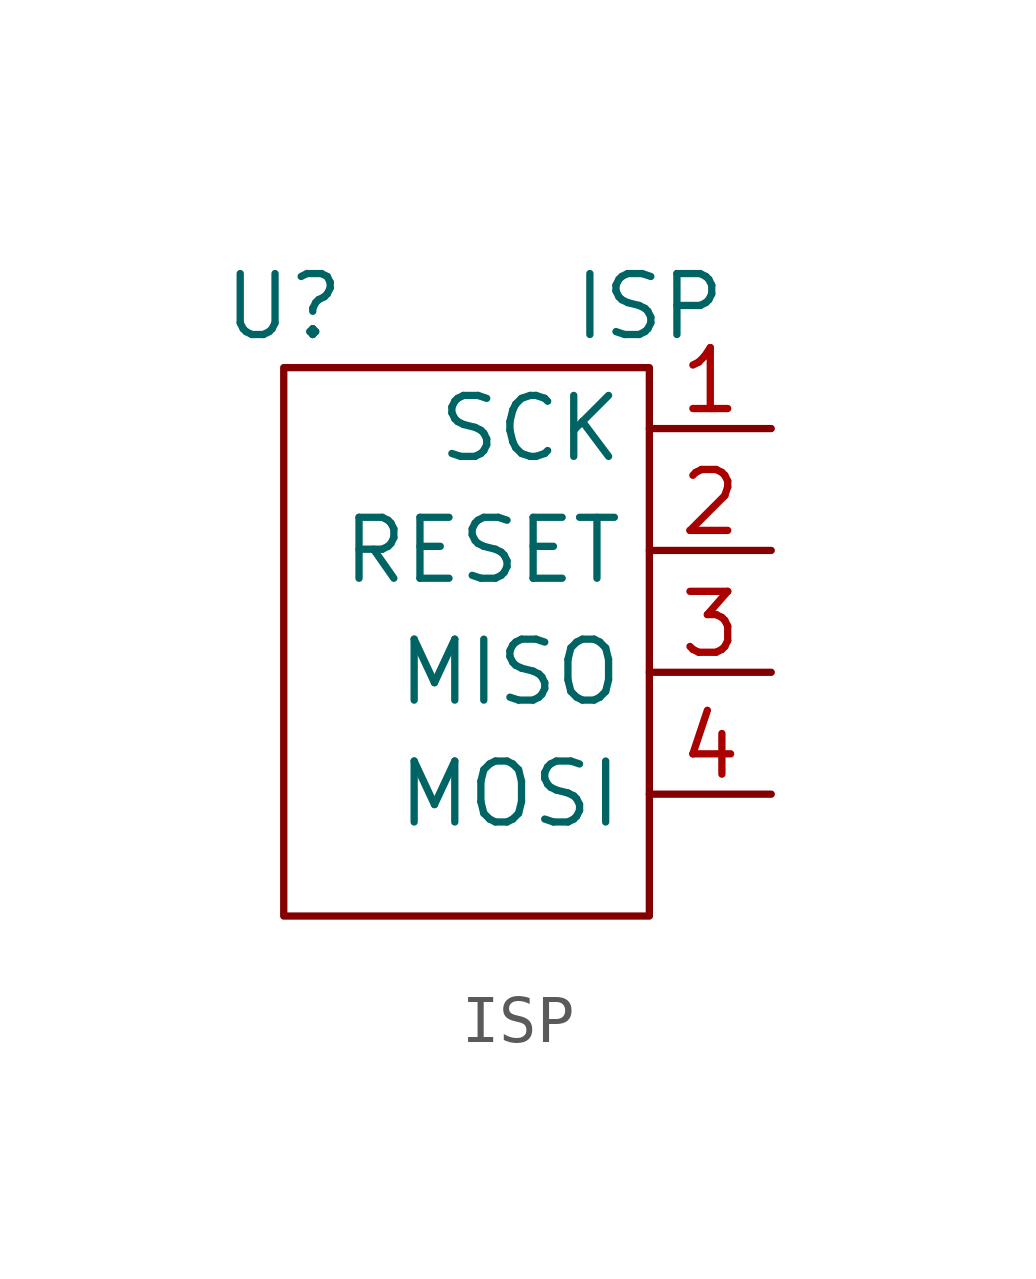
<source format=kicad_sym>
(kicad_symbol_lib
  (version 20211014)
  (generator kicad_symbol_editor)
  (symbol "ISP"
    (property "Reference" "U"
      (at -2.54 0 0)
      (effects (font (size 1.27 1.27))))
    (property "Value" "ISP"
      (at 5.08 0 0)
      (effects (font (size 1.27 1.27))))
    (symbol "ISP_0_1"
      (rectangle (start -2.54 -12.7) (end 5.08 -1.27) (stroke (width 0) (type default) (color 0 0 0 0)) (fill (type none))))
    (symbol "ISP_1_1"
      (pin input line (at 7.62 -2.54 180) (length 2.54) (name "SCK" (effects (font (size 1.27 1.27)))) (number "1" (effects (font (size 1.27 1.27)))))
      (pin input line (at 7.62 -5.08 180) (length 2.54) (name "RESET" (effects (font (size 1.27 1.27)))) (number "2" (effects (font (size 1.27 1.27)))))
      (pin input line (at 7.62 -7.62 180) (length 2.54) (name "MISO" (effects (font (size 1.27 1.27)))) (number "3" (effects (font (size 1.27 1.27)))))
      (pin input line (at 7.62 -10.16 180) (length 2.54) (name "MOSI" (effects (font (size 1.27 1.27)))) (number "4" (effects (font (size 1.27 1.27))))))))
</source>
